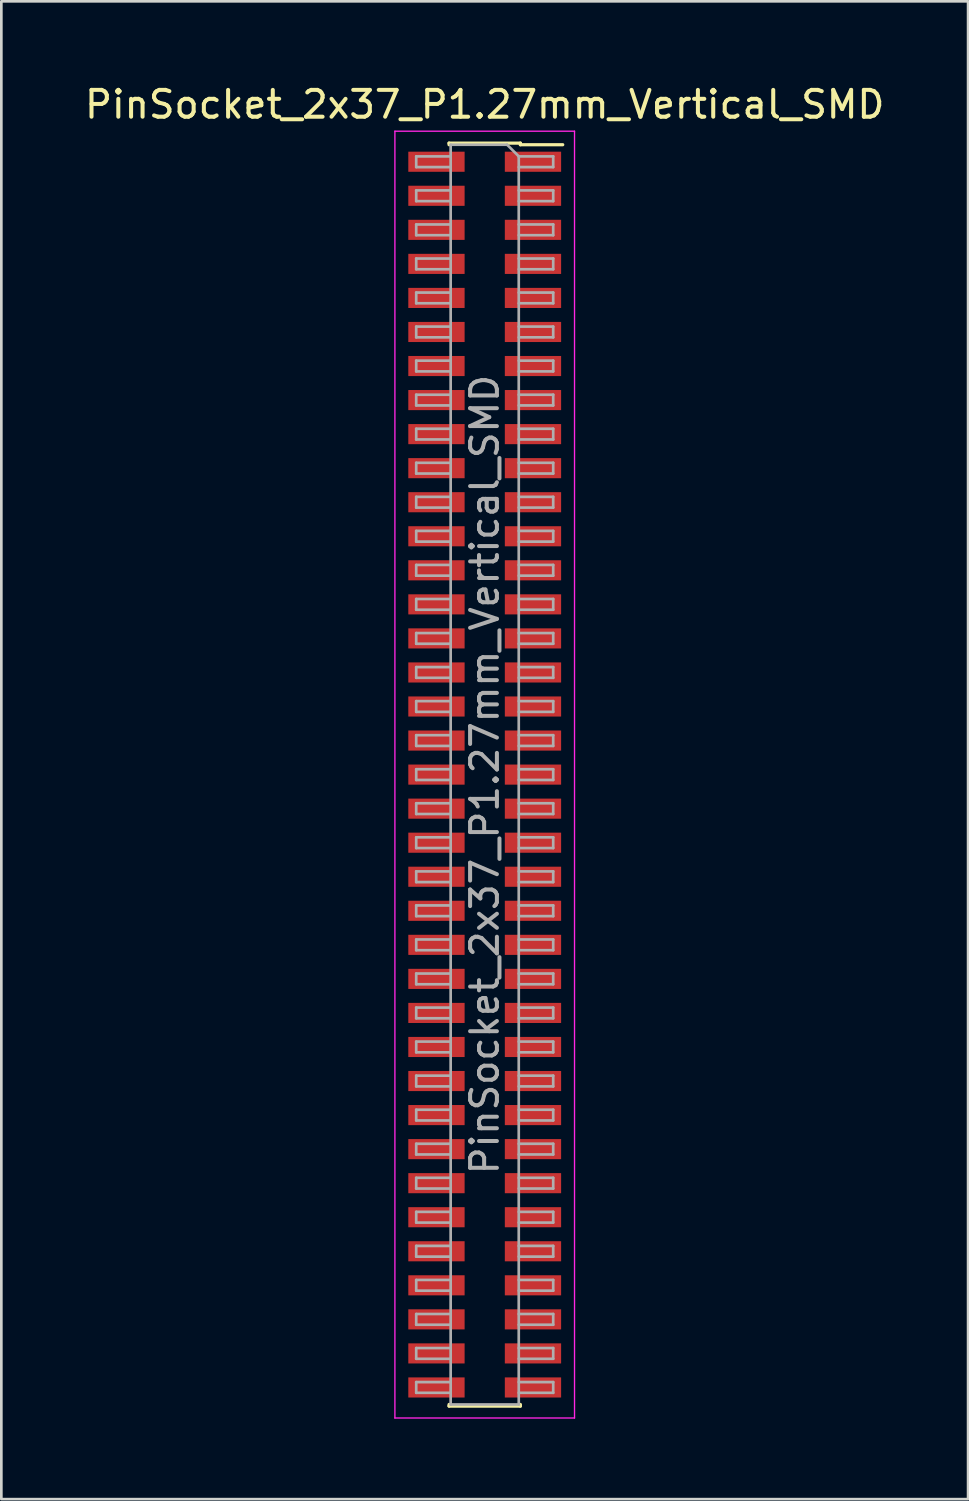
<source format=kicad_pcb>
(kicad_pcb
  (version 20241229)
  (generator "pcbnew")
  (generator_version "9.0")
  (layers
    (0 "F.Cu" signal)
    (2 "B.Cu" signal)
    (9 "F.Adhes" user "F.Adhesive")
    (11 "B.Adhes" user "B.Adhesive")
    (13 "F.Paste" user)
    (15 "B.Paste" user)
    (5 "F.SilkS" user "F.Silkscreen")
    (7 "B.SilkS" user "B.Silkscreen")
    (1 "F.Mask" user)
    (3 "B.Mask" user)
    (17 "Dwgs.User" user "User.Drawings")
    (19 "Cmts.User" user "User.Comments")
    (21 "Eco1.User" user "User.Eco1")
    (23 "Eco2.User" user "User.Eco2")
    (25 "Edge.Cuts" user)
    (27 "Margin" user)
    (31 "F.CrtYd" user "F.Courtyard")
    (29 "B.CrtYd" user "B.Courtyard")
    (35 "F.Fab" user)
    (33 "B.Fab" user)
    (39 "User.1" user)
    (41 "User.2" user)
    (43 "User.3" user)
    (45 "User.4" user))
  (footprint "PinSocket_2x37_P1.27mm_Vertical_SMD"
    (layer "F.Cu")
    (at 15.03 25.843)
    (property "Reference" "PinSocket_2x37_P1.27mm_Vertical_SMD" (at 0 -24.995 0) (layer "F.SilkS") (effects (font (size 1 1) (thickness 0.15))))
    (attr smd)
    (fp_line (start -1.33 -23.555) (end 1.33 -23.555) (stroke (width 0.12) (type solid)) (layer "F.SilkS"))
    (fp_line (start -1.33 -23.495) (end -1.33 -23.555) (stroke (width 0.12) (type solid)) (layer "F.SilkS"))
    (fp_line (start -1.33 23.555) (end -1.33 23.495) (stroke (width 0.12) (type solid)) (layer "F.SilkS"))
    (fp_line (start 1.33 -23.555) (end 1.33 -23.495) (stroke (width 0.12) (type solid)) (layer "F.SilkS"))
    (fp_line (start 1.33 -23.495) (end 2.91 -23.495) (stroke (width 0.12) (type solid)) (layer "F.SilkS"))
    (fp_line (start 1.33 23.495) (end 1.33 23.555) (stroke (width 0.12) (type solid)) (layer "F.SilkS"))
    (fp_line (start 1.33 23.555) (end -1.33 23.555) (stroke (width 0.12) (type solid)) (layer "F.SilkS"))
    (fp_line (start -3.35 -24) (end 3.35 -24) (stroke (width 0.05) (type solid)) (layer "F.CrtYd"))
    (fp_line (start -3.35 24) (end -3.35 -24) (stroke (width 0.05) (type solid)) (layer "F.CrtYd"))
    (fp_line (start 3.35 -24) (end 3.35 24) (stroke (width 0.05) (type solid)) (layer "F.CrtYd"))
    (fp_line (start 3.35 24) (end -3.35 24) (stroke (width 0.05) (type solid)) (layer "F.CrtYd"))
    (fp_line (start -2.555 -23.06) (end -1.27 -23.06) (stroke (width 0.1) (type solid)) (layer "F.Fab"))
    (fp_line (start -2.555 -22.66) (end -2.555 -23.06) (stroke (width 0.1) (type solid)) (layer "F.Fab"))
    (fp_line (start -2.555 -21.79) (end -1.27 -21.79) (stroke (width 0.1) (type solid)) (layer "F.Fab"))
    (fp_line (start -2.555 -21.39) (end -2.555 -21.79) (stroke (width 0.1) (type solid)) (layer "F.Fab"))
    (fp_line (start -2.555 -20.52) (end -1.27 -20.52) (stroke (width 0.1) (type solid)) (layer "F.Fab"))
    (fp_line (start -2.555 -20.12) (end -2.555 -20.52) (stroke (width 0.1) (type solid)) (layer "F.Fab"))
    (fp_line (start -2.555 -19.25) (end -1.27 -19.25) (stroke (width 0.1) (type solid)) (layer "F.Fab"))
    (fp_line (start -2.555 -18.85) (end -2.555 -19.25) (stroke (width 0.1) (type solid)) (layer "F.Fab"))
    (fp_line (start -2.555 -17.98) (end -1.27 -17.98) (stroke (width 0.1) (type solid)) (layer "F.Fab"))
    (fp_line (start -2.555 -17.58) (end -2.555 -17.98) (stroke (width 0.1) (type solid)) (layer "F.Fab"))
    (fp_line (start -2.555 -16.71) (end -1.27 -16.71) (stroke (width 0.1) (type solid)) (layer "F.Fab"))
    (fp_line (start -2.555 -16.31) (end -2.555 -16.71) (stroke (width 0.1) (type solid)) (layer "F.Fab"))
    (fp_line (start -2.555 -15.44) (end -1.27 -15.44) (stroke (width 0.1) (type solid)) (layer "F.Fab"))
    (fp_line (start -2.555 -15.04) (end -2.555 -15.44) (stroke (width 0.1) (type solid)) (layer "F.Fab"))
    (fp_line (start -2.555 -14.17) (end -1.27 -14.17) (stroke (width 0.1) (type solid)) (layer "F.Fab"))
    (fp_line (start -2.555 -13.77) (end -2.555 -14.17) (stroke (width 0.1) (type solid)) (layer "F.Fab"))
    (fp_line (start -2.555 -12.9) (end -1.27 -12.9) (stroke (width 0.1) (type solid)) (layer "F.Fab"))
    (fp_line (start -2.555 -12.5) (end -2.555 -12.9) (stroke (width 0.1) (type solid)) (layer "F.Fab"))
    (fp_line (start -2.555 -11.63) (end -1.27 -11.63) (stroke (width 0.1) (type solid)) (layer "F.Fab"))
    (fp_line (start -2.555 -11.23) (end -2.555 -11.63) (stroke (width 0.1) (type solid)) (layer "F.Fab"))
    (fp_line (start -2.555 -10.36) (end -1.27 -10.36) (stroke (width 0.1) (type solid)) (layer "F.Fab"))
    (fp_line (start -2.555 -9.96) (end -2.555 -10.36) (stroke (width 0.1) (type solid)) (layer "F.Fab"))
    (fp_line (start -2.555 -9.09) (end -1.27 -9.09) (stroke (width 0.1) (type solid)) (layer "F.Fab"))
    (fp_line (start -2.555 -8.69) (end -2.555 -9.09) (stroke (width 0.1) (type solid)) (layer "F.Fab"))
    (fp_line (start -2.555 -7.82) (end -1.27 -7.82) (stroke (width 0.1) (type solid)) (layer "F.Fab"))
    (fp_line (start -2.555 -7.42) (end -2.555 -7.82) (stroke (width 0.1) (type solid)) (layer "F.Fab"))
    (fp_line (start -2.555 -6.55) (end -1.27 -6.55) (stroke (width 0.1) (type solid)) (layer "F.Fab"))
    (fp_line (start -2.555 -6.15) (end -2.555 -6.55) (stroke (width 0.1) (type solid)) (layer "F.Fab"))
    (fp_line (start -2.555 -5.28) (end -1.27 -5.28) (stroke (width 0.1) (type solid)) (layer "F.Fab"))
    (fp_line (start -2.555 -4.88) (end -2.555 -5.28) (stroke (width 0.1) (type solid)) (layer "F.Fab"))
    (fp_line (start -2.555 -4.01) (end -1.27 -4.01) (stroke (width 0.1) (type solid)) (layer "F.Fab"))
    (fp_line (start -2.555 -3.61) (end -2.555 -4.01) (stroke (width 0.1) (type solid)) (layer "F.Fab"))
    (fp_line (start -2.555 -2.74) (end -1.27 -2.74) (stroke (width 0.1) (type solid)) (layer "F.Fab"))
    (fp_line (start -2.555 -2.34) (end -2.555 -2.74) (stroke (width 0.1) (type solid)) (layer "F.Fab"))
    (fp_line (start -2.555 -1.47) (end -1.27 -1.47) (stroke (width 0.1) (type solid)) (layer "F.Fab"))
    (fp_line (start -2.555 -1.07) (end -2.555 -1.47) (stroke (width 0.1) (type solid)) (layer "F.Fab"))
    (fp_line (start -2.555 -0.2) (end -1.27 -0.2) (stroke (width 0.1) (type solid)) (layer "F.Fab"))
    (fp_line (start -2.555 0.2) (end -2.555 -0.2) (stroke (width 0.1) (type solid)) (layer "F.Fab"))
    (fp_line (start -2.555 1.07) (end -1.27 1.07) (stroke (width 0.1) (type solid)) (layer "F.Fab"))
    (fp_line (start -2.555 1.47) (end -2.555 1.07) (stroke (width 0.1) (type solid)) (layer "F.Fab"))
    (fp_line (start -2.555 2.34) (end -1.27 2.34) (stroke (width 0.1) (type solid)) (layer "F.Fab"))
    (fp_line (start -2.555 2.74) (end -2.555 2.34) (stroke (width 0.1) (type solid)) (layer "F.Fab"))
    (fp_line (start -2.555 3.61) (end -1.27 3.61) (stroke (width 0.1) (type solid)) (layer "F.Fab"))
    (fp_line (start -2.555 4.01) (end -2.555 3.61) (stroke (width 0.1) (type solid)) (layer "F.Fab"))
    (fp_line (start -2.555 4.88) (end -1.27 4.88) (stroke (width 0.1) (type solid)) (layer "F.Fab"))
    (fp_line (start -2.555 5.28) (end -2.555 4.88) (stroke (width 0.1) (type solid)) (layer "F.Fab"))
    (fp_line (start -2.555 6.15) (end -1.27 6.15) (stroke (width 0.1) (type solid)) (layer "F.Fab"))
    (fp_line (start -2.555 6.55) (end -2.555 6.15) (stroke (width 0.1) (type solid)) (layer "F.Fab"))
    (fp_line (start -2.555 7.42) (end -1.27 7.42) (stroke (width 0.1) (type solid)) (layer "F.Fab"))
    (fp_line (start -2.555 7.82) (end -2.555 7.42) (stroke (width 0.1) (type solid)) (layer "F.Fab"))
    (fp_line (start -2.555 8.69) (end -1.27 8.69) (stroke (width 0.1) (type solid)) (layer "F.Fab"))
    (fp_line (start -2.555 9.09) (end -2.555 8.69) (stroke (width 0.1) (type solid)) (layer "F.Fab"))
    (fp_line (start -2.555 9.96) (end -1.27 9.96) (stroke (width 0.1) (type solid)) (layer "F.Fab"))
    (fp_line (start -2.555 10.36) (end -2.555 9.96) (stroke (width 0.1) (type solid)) (layer "F.Fab"))
    (fp_line (start -2.555 11.23) (end -1.27 11.23) (stroke (width 0.1) (type solid)) (layer "F.Fab"))
    (fp_line (start -2.555 11.63) (end -2.555 11.23) (stroke (width 0.1) (type solid)) (layer "F.Fab"))
    (fp_line (start -2.555 12.5) (end -1.27 12.5) (stroke (width 0.1) (type solid)) (layer "F.Fab"))
    (fp_line (start -2.555 12.9) (end -2.555 12.5) (stroke (width 0.1) (type solid)) (layer "F.Fab"))
    (fp_line (start -2.555 13.77) (end -1.27 13.77) (stroke (width 0.1) (type solid)) (layer "F.Fab"))
    (fp_line (start -2.555 14.17) (end -2.555 13.77) (stroke (width 0.1) (type solid)) (layer "F.Fab"))
    (fp_line (start -2.555 15.04) (end -1.27 15.04) (stroke (width 0.1) (type solid)) (layer "F.Fab"))
    (fp_line (start -2.555 15.44) (end -2.555 15.04) (stroke (width 0.1) (type solid)) (layer "F.Fab"))
    (fp_line (start -2.555 16.31) (end -1.27 16.31) (stroke (width 0.1) (type solid)) (layer "F.Fab"))
    (fp_line (start -2.555 16.71) (end -2.555 16.31) (stroke (width 0.1) (type solid)) (layer "F.Fab"))
    (fp_line (start -2.555 17.58) (end -1.27 17.58) (stroke (width 0.1) (type solid)) (layer "F.Fab"))
    (fp_line (start -2.555 17.98) (end -2.555 17.58) (stroke (width 0.1) (type solid)) (layer "F.Fab"))
    (fp_line (start -2.555 18.85) (end -1.27 18.85) (stroke (width 0.1) (type solid)) (layer "F.Fab"))
    (fp_line (start -2.555 19.25) (end -2.555 18.85) (stroke (width 0.1) (type solid)) (layer "F.Fab"))
    (fp_line (start -2.555 20.12) (end -1.27 20.12) (stroke (width 0.1) (type solid)) (layer "F.Fab"))
    (fp_line (start -2.555 20.52) (end -2.555 20.12) (stroke (width 0.1) (type solid)) (layer "F.Fab"))
    (fp_line (start -2.555 21.39) (end -1.27 21.39) (stroke (width 0.1) (type solid)) (layer "F.Fab"))
    (fp_line (start -2.555 21.79) (end -2.555 21.39) (stroke (width 0.1) (type solid)) (layer "F.Fab"))
    (fp_line (start -2.555 22.66) (end -1.27 22.66) (stroke (width 0.1) (type solid)) (layer "F.Fab"))
    (fp_line (start -2.555 23.06) (end -2.555 22.66) (stroke (width 0.1) (type solid)) (layer "F.Fab"))
    (fp_line (start -1.27 -23.495) (end 0.835 -23.495) (stroke (width 0.1) (type solid)) (layer "F.Fab"))
    (fp_line (start -1.27 -22.66) (end -2.555 -22.66) (stroke (width 0.1) (type solid)) (layer "F.Fab"))
    (fp_line (start -1.27 -21.39) (end -2.555 -21.39) (stroke (width 0.1) (type solid)) (layer "F.Fab"))
    (fp_line (start -1.27 -20.12) (end -2.555 -20.12) (stroke (width 0.1) (type solid)) (layer "F.Fab"))
    (fp_line (start -1.27 -18.85) (end -2.555 -18.85) (stroke (width 0.1) (type solid)) (layer "F.Fab"))
    (fp_line (start -1.27 -17.58) (end -2.555 -17.58) (stroke (width 0.1) (type solid)) (layer "F.Fab"))
    (fp_line (start -1.27 -16.31) (end -2.555 -16.31) (stroke (width 0.1) (type solid)) (layer "F.Fab"))
    (fp_line (start -1.27 -15.04) (end -2.555 -15.04) (stroke (width 0.1) (type solid)) (layer "F.Fab"))
    (fp_line (start -1.27 -13.77) (end -2.555 -13.77) (stroke (width 0.1) (type solid)) (layer "F.Fab"))
    (fp_line (start -1.27 -12.5) (end -2.555 -12.5) (stroke (width 0.1) (type solid)) (layer "F.Fab"))
    (fp_line (start -1.27 -11.23) (end -2.555 -11.23) (stroke (width 0.1) (type solid)) (layer "F.Fab"))
    (fp_line (start -1.27 -9.96) (end -2.555 -9.96) (stroke (width 0.1) (type solid)) (layer "F.Fab"))
    (fp_line (start -1.27 -8.69) (end -2.555 -8.69) (stroke (width 0.1) (type solid)) (layer "F.Fab"))
    (fp_line (start -1.27 -7.42) (end -2.555 -7.42) (stroke (width 0.1) (type solid)) (layer "F.Fab"))
    (fp_line (start -1.27 -6.15) (end -2.555 -6.15) (stroke (width 0.1) (type solid)) (layer "F.Fab"))
    (fp_line (start -1.27 -4.88) (end -2.555 -4.88) (stroke (width 0.1) (type solid)) (layer "F.Fab"))
    (fp_line (start -1.27 -3.61) (end -2.555 -3.61) (stroke (width 0.1) (type solid)) (layer "F.Fab"))
    (fp_line (start -1.27 -2.34) (end -2.555 -2.34) (stroke (width 0.1) (type solid)) (layer "F.Fab"))
    (fp_line (start -1.27 -1.07) (end -2.555 -1.07) (stroke (width 0.1) (type solid)) (layer "F.Fab"))
    (fp_line (start -1.27 0.2) (end -2.555 0.2) (stroke (width 0.1) (type solid)) (layer "F.Fab"))
    (fp_line (start -1.27 1.47) (end -2.555 1.47) (stroke (width 0.1) (type solid)) (layer "F.Fab"))
    (fp_line (start -1.27 2.74) (end -2.555 2.74) (stroke (width 0.1) (type solid)) (layer "F.Fab"))
    (fp_line (start -1.27 4.01) (end -2.555 4.01) (stroke (width 0.1) (type solid)) (layer "F.Fab"))
    (fp_line (start -1.27 5.28) (end -2.555 5.28) (stroke (width 0.1) (type solid)) (layer "F.Fab"))
    (fp_line (start -1.27 6.55) (end -2.555 6.55) (stroke (width 0.1) (type solid)) (layer "F.Fab"))
    (fp_line (start -1.27 7.82) (end -2.555 7.82) (stroke (width 0.1) (type solid)) (layer "F.Fab"))
    (fp_line (start -1.27 9.09) (end -2.555 9.09) (stroke (width 0.1) (type solid)) (layer "F.Fab"))
    (fp_line (start -1.27 10.36) (end -2.555 10.36) (stroke (width 0.1) (type solid)) (layer "F.Fab"))
    (fp_line (start -1.27 11.63) (end -2.555 11.63) (stroke (width 0.1) (type solid)) (layer "F.Fab"))
    (fp_line (start -1.27 12.9) (end -2.555 12.9) (stroke (width 0.1) (type solid)) (layer "F.Fab"))
    (fp_line (start -1.27 14.17) (end -2.555 14.17) (stroke (width 0.1) (type solid)) (layer "F.Fab"))
    (fp_line (start -1.27 15.44) (end -2.555 15.44) (stroke (width 0.1) (type solid)) (layer "F.Fab"))
    (fp_line (start -1.27 16.71) (end -2.555 16.71) (stroke (width 0.1) (type solid)) (layer "F.Fab"))
    (fp_line (start -1.27 17.98) (end -2.555 17.98) (stroke (width 0.1) (type solid)) (layer "F.Fab"))
    (fp_line (start -1.27 19.25) (end -2.555 19.25) (stroke (width 0.1) (type solid)) (layer "F.Fab"))
    (fp_line (start -1.27 20.52) (end -2.555 20.52) (stroke (width 0.1) (type solid)) (layer "F.Fab"))
    (fp_line (start -1.27 21.79) (end -2.555 21.79) (stroke (width 0.1) (type solid)) (layer "F.Fab"))
    (fp_line (start -1.27 23.06) (end -2.555 23.06) (stroke (width 0.1) (type solid)) (layer "F.Fab"))
    (fp_line (start -1.27 23.495) (end -1.27 -23.495) (stroke (width 0.1) (type solid)) (layer "F.Fab"))
    (fp_line (start 0.835 -23.495) (end 1.27 -23.06) (stroke (width 0.1) (type solid)) (layer "F.Fab"))
    (fp_line (start 1.27 -23.06) (end 1.27 23.495) (stroke (width 0.1) (type solid)) (layer "F.Fab"))
    (fp_line (start 1.27 -23.06) (end 2.555 -23.06) (stroke (width 0.1) (type solid)) (layer "F.Fab"))
    (fp_line (start 1.27 -21.79) (end 2.555 -21.79) (stroke (width 0.1) (type solid)) (layer "F.Fab"))
    (fp_line (start 1.27 -20.52) (end 2.555 -20.52) (stroke (width 0.1) (type solid)) (layer "F.Fab"))
    (fp_line (start 1.27 -19.25) (end 2.555 -19.25) (stroke (width 0.1) (type solid)) (layer "F.Fab"))
    (fp_line (start 1.27 -17.98) (end 2.555 -17.98) (stroke (width 0.1) (type solid)) (layer "F.Fab"))
    (fp_line (start 1.27 -16.71) (end 2.555 -16.71) (stroke (width 0.1) (type solid)) (layer "F.Fab"))
    (fp_line (start 1.27 -15.44) (end 2.555 -15.44) (stroke (width 0.1) (type solid)) (layer "F.Fab"))
    (fp_line (start 1.27 -14.17) (end 2.555 -14.17) (stroke (width 0.1) (type solid)) (layer "F.Fab"))
    (fp_line (start 1.27 -12.9) (end 2.555 -12.9) (stroke (width 0.1) (type solid)) (layer "F.Fab"))
    (fp_line (start 1.27 -11.63) (end 2.555 -11.63) (stroke (width 0.1) (type solid)) (layer "F.Fab"))
    (fp_line (start 1.27 -10.36) (end 2.555 -10.36) (stroke (width 0.1) (type solid)) (layer "F.Fab"))
    (fp_line (start 1.27 -9.09) (end 2.555 -9.09) (stroke (width 0.1) (type solid)) (layer "F.Fab"))
    (fp_line (start 1.27 -7.82) (end 2.555 -7.82) (stroke (width 0.1) (type solid)) (layer "F.Fab"))
    (fp_line (start 1.27 -6.55) (end 2.555 -6.55) (stroke (width 0.1) (type solid)) (layer "F.Fab"))
    (fp_line (start 1.27 -5.28) (end 2.555 -5.28) (stroke (width 0.1) (type solid)) (layer "F.Fab"))
    (fp_line (start 1.27 -4.01) (end 2.555 -4.01) (stroke (width 0.1) (type solid)) (layer "F.Fab"))
    (fp_line (start 1.27 -2.74) (end 2.555 -2.74) (stroke (width 0.1) (type solid)) (layer "F.Fab"))
    (fp_line (start 1.27 -1.47) (end 2.555 -1.47) (stroke (width 0.1) (type solid)) (layer "F.Fab"))
    (fp_line (start 1.27 -0.2) (end 2.555 -0.2) (stroke (width 0.1) (type solid)) (layer "F.Fab"))
    (fp_line (start 1.27 1.07) (end 2.555 1.07) (stroke (width 0.1) (type solid)) (layer "F.Fab"))
    (fp_line (start 1.27 2.34) (end 2.555 2.34) (stroke (width 0.1) (type solid)) (layer "F.Fab"))
    (fp_line (start 1.27 3.61) (end 2.555 3.61) (stroke (width 0.1) (type solid)) (layer "F.Fab"))
    (fp_line (start 1.27 4.88) (end 2.555 4.88) (stroke (width 0.1) (type solid)) (layer "F.Fab"))
    (fp_line (start 1.27 6.15) (end 2.555 6.15) (stroke (width 0.1) (type solid)) (layer "F.Fab"))
    (fp_line (start 1.27 7.42) (end 2.555 7.42) (stroke (width 0.1) (type solid)) (layer "F.Fab"))
    (fp_line (start 1.27 8.69) (end 2.555 8.69) (stroke (width 0.1) (type solid)) (layer "F.Fab"))
    (fp_line (start 1.27 9.96) (end 2.555 9.96) (stroke (width 0.1) (type solid)) (layer "F.Fab"))
    (fp_line (start 1.27 11.23) (end 2.555 11.23) (stroke (width 0.1) (type solid)) (layer "F.Fab"))
    (fp_line (start 1.27 12.5) (end 2.555 12.5) (stroke (width 0.1) (type solid)) (layer "F.Fab"))
    (fp_line (start 1.27 13.77) (end 2.555 13.77) (stroke (width 0.1) (type solid)) (layer "F.Fab"))
    (fp_line (start 1.27 15.04) (end 2.555 15.04) (stroke (width 0.1) (type solid)) (layer "F.Fab"))
    (fp_line (start 1.27 16.31) (end 2.555 16.31) (stroke (width 0.1) (type solid)) (layer "F.Fab"))
    (fp_line (start 1.27 17.58) (end 2.555 17.58) (stroke (width 0.1) (type solid)) (layer "F.Fab"))
    (fp_line (start 1.27 18.85) (end 2.555 18.85) (stroke (width 0.1) (type solid)) (layer "F.Fab"))
    (fp_line (start 1.27 20.12) (end 2.555 20.12) (stroke (width 0.1) (type solid)) (layer "F.Fab"))
    (fp_line (start 1.27 21.39) (end 2.555 21.39) (stroke (width 0.1) (type solid)) (layer "F.Fab"))
    (fp_line (start 1.27 22.66) (end 2.555 22.66) (stroke (width 0.1) (type solid)) (layer "F.Fab"))
    (fp_line (start 1.27 23.495) (end -1.27 23.495) (stroke (width 0.1) (type solid)) (layer "F.Fab"))
    (fp_line (start 2.555 -23.06) (end 2.555 -22.66) (stroke (width 0.1) (type solid)) (layer "F.Fab"))
    (fp_line (start 2.555 -22.66) (end 1.27 -22.66) (stroke (width 0.1) (type solid)) (layer "F.Fab"))
    (fp_line (start 2.555 -21.79) (end 2.555 -21.39) (stroke (width 0.1) (type solid)) (layer "F.Fab"))
    (fp_line (start 2.555 -21.39) (end 1.27 -21.39) (stroke (width 0.1) (type solid)) (layer "F.Fab"))
    (fp_line (start 2.555 -20.52) (end 2.555 -20.12) (stroke (width 0.1) (type solid)) (layer "F.Fab"))
    (fp_line (start 2.555 -20.12) (end 1.27 -20.12) (stroke (width 0.1) (type solid)) (layer "F.Fab"))
    (fp_line (start 2.555 -19.25) (end 2.555 -18.85) (stroke (width 0.1) (type solid)) (layer "F.Fab"))
    (fp_line (start 2.555 -18.85) (end 1.27 -18.85) (stroke (width 0.1) (type solid)) (layer "F.Fab"))
    (fp_line (start 2.555 -17.98) (end 2.555 -17.58) (stroke (width 0.1) (type solid)) (layer "F.Fab"))
    (fp_line (start 2.555 -17.58) (end 1.27 -17.58) (stroke (width 0.1) (type solid)) (layer "F.Fab"))
    (fp_line (start 2.555 -16.71) (end 2.555 -16.31) (stroke (width 0.1) (type solid)) (layer "F.Fab"))
    (fp_line (start 2.555 -16.31) (end 1.27 -16.31) (stroke (width 0.1) (type solid)) (layer "F.Fab"))
    (fp_line (start 2.555 -15.44) (end 2.555 -15.04) (stroke (width 0.1) (type solid)) (layer "F.Fab"))
    (fp_line (start 2.555 -15.04) (end 1.27 -15.04) (stroke (width 0.1) (type solid)) (layer "F.Fab"))
    (fp_line (start 2.555 -14.17) (end 2.555 -13.77) (stroke (width 0.1) (type solid)) (layer "F.Fab"))
    (fp_line (start 2.555 -13.77) (end 1.27 -13.77) (stroke (width 0.1) (type solid)) (layer "F.Fab"))
    (fp_line (start 2.555 -12.9) (end 2.555 -12.5) (stroke (width 0.1) (type solid)) (layer "F.Fab"))
    (fp_line (start 2.555 -12.5) (end 1.27 -12.5) (stroke (width 0.1) (type solid)) (layer "F.Fab"))
    (fp_line (start 2.555 -11.63) (end 2.555 -11.23) (stroke (width 0.1) (type solid)) (layer "F.Fab"))
    (fp_line (start 2.555 -11.23) (end 1.27 -11.23) (stroke (width 0.1) (type solid)) (layer "F.Fab"))
    (fp_line (start 2.555 -10.36) (end 2.555 -9.96) (stroke (width 0.1) (type solid)) (layer "F.Fab"))
    (fp_line (start 2.555 -9.96) (end 1.27 -9.96) (stroke (width 0.1) (type solid)) (layer "F.Fab"))
    (fp_line (start 2.555 -9.09) (end 2.555 -8.69) (stroke (width 0.1) (type solid)) (layer "F.Fab"))
    (fp_line (start 2.555 -8.69) (end 1.27 -8.69) (stroke (width 0.1) (type solid)) (layer "F.Fab"))
    (fp_line (start 2.555 -7.82) (end 2.555 -7.42) (stroke (width 0.1) (type solid)) (layer "F.Fab"))
    (fp_line (start 2.555 -7.42) (end 1.27 -7.42) (stroke (width 0.1) (type solid)) (layer "F.Fab"))
    (fp_line (start 2.555 -6.55) (end 2.555 -6.15) (stroke (width 0.1) (type solid)) (layer "F.Fab"))
    (fp_line (start 2.555 -6.15) (end 1.27 -6.15) (stroke (width 0.1) (type solid)) (layer "F.Fab"))
    (fp_line (start 2.555 -5.28) (end 2.555 -4.88) (stroke (width 0.1) (type solid)) (layer "F.Fab"))
    (fp_line (start 2.555 -4.88) (end 1.27 -4.88) (stroke (width 0.1) (type solid)) (layer "F.Fab"))
    (fp_line (start 2.555 -4.01) (end 2.555 -3.61) (stroke (width 0.1) (type solid)) (layer "F.Fab"))
    (fp_line (start 2.555 -3.61) (end 1.27 -3.61) (stroke (width 0.1) (type solid)) (layer "F.Fab"))
    (fp_line (start 2.555 -2.74) (end 2.555 -2.34) (stroke (width 0.1) (type solid)) (layer "F.Fab"))
    (fp_line (start 2.555 -2.34) (end 1.27 -2.34) (stroke (width 0.1) (type solid)) (layer "F.Fab"))
    (fp_line (start 2.555 -1.47) (end 2.555 -1.07) (stroke (width 0.1) (type solid)) (layer "F.Fab"))
    (fp_line (start 2.555 -1.07) (end 1.27 -1.07) (stroke (width 0.1) (type solid)) (layer "F.Fab"))
    (fp_line (start 2.555 -0.2) (end 2.555 0.2) (stroke (width 0.1) (type solid)) (layer "F.Fab"))
    (fp_line (start 2.555 0.2) (end 1.27 0.2) (stroke (width 0.1) (type solid)) (layer "F.Fab"))
    (fp_line (start 2.555 1.07) (end 2.555 1.47) (stroke (width 0.1) (type solid)) (layer "F.Fab"))
    (fp_line (start 2.555 1.47) (end 1.27 1.47) (stroke (width 0.1) (type solid)) (layer "F.Fab"))
    (fp_line (start 2.555 2.34) (end 2.555 2.74) (stroke (width 0.1) (type solid)) (layer "F.Fab"))
    (fp_line (start 2.555 2.74) (end 1.27 2.74) (stroke (width 0.1) (type solid)) (layer "F.Fab"))
    (fp_line (start 2.555 3.61) (end 2.555 4.01) (stroke (width 0.1) (type solid)) (layer "F.Fab"))
    (fp_line (start 2.555 4.01) (end 1.27 4.01) (stroke (width 0.1) (type solid)) (layer "F.Fab"))
    (fp_line (start 2.555 4.88) (end 2.555 5.28) (stroke (width 0.1) (type solid)) (layer "F.Fab"))
    (fp_line (start 2.555 5.28) (end 1.27 5.28) (stroke (width 0.1) (type solid)) (layer "F.Fab"))
    (fp_line (start 2.555 6.15) (end 2.555 6.55) (stroke (width 0.1) (type solid)) (layer "F.Fab"))
    (fp_line (start 2.555 6.55) (end 1.27 6.55) (stroke (width 0.1) (type solid)) (layer "F.Fab"))
    (fp_line (start 2.555 7.42) (end 2.555 7.82) (stroke (width 0.1) (type solid)) (layer "F.Fab"))
    (fp_line (start 2.555 7.82) (end 1.27 7.82) (stroke (width 0.1) (type solid)) (layer "F.Fab"))
    (fp_line (start 2.555 8.69) (end 2.555 9.09) (stroke (width 0.1) (type solid)) (layer "F.Fab"))
    (fp_line (start 2.555 9.09) (end 1.27 9.09) (stroke (width 0.1) (type solid)) (layer "F.Fab"))
    (fp_line (start 2.555 9.96) (end 2.555 10.36) (stroke (width 0.1) (type solid)) (layer "F.Fab"))
    (fp_line (start 2.555 10.36) (end 1.27 10.36) (stroke (width 0.1) (type solid)) (layer "F.Fab"))
    (fp_line (start 2.555 11.23) (end 2.555 11.63) (stroke (width 0.1) (type solid)) (layer "F.Fab"))
    (fp_line (start 2.555 11.63) (end 1.27 11.63) (stroke (width 0.1) (type solid)) (layer "F.Fab"))
    (fp_line (start 2.555 12.5) (end 2.555 12.9) (stroke (width 0.1) (type solid)) (layer "F.Fab"))
    (fp_line (start 2.555 12.9) (end 1.27 12.9) (stroke (width 0.1) (type solid)) (layer "F.Fab"))
    (fp_line (start 2.555 13.77) (end 2.555 14.17) (stroke (width 0.1) (type solid)) (layer "F.Fab"))
    (fp_line (start 2.555 14.17) (end 1.27 14.17) (stroke (width 0.1) (type solid)) (layer "F.Fab"))
    (fp_line (start 2.555 15.04) (end 2.555 15.44) (stroke (width 0.1) (type solid)) (layer "F.Fab"))
    (fp_line (start 2.555 15.44) (end 1.27 15.44) (stroke (width 0.1) (type solid)) (layer "F.Fab"))
    (fp_line (start 2.555 16.31) (end 2.555 16.71) (stroke (width 0.1) (type solid)) (layer "F.Fab"))
    (fp_line (start 2.555 16.71) (end 1.27 16.71) (stroke (width 0.1) (type solid)) (layer "F.Fab"))
    (fp_line (start 2.555 17.58) (end 2.555 17.98) (stroke (width 0.1) (type solid)) (layer "F.Fab"))
    (fp_line (start 2.555 17.98) (end 1.27 17.98) (stroke (width 0.1) (type solid)) (layer "F.Fab"))
    (fp_line (start 2.555 18.85) (end 2.555 19.25) (stroke (width 0.1) (type solid)) (layer "F.Fab"))
    (fp_line (start 2.555 19.25) (end 1.27 19.25) (stroke (width 0.1) (type solid)) (layer "F.Fab"))
    (fp_line (start 2.555 20.12) (end 2.555 20.52) (stroke (width 0.1) (type solid)) (layer "F.Fab"))
    (fp_line (start 2.555 20.52) (end 1.27 20.52) (stroke (width 0.1) (type solid)) (layer "F.Fab"))
    (fp_line (start 2.555 21.39) (end 2.555 21.79) (stroke (width 0.1) (type solid)) (layer "F.Fab"))
    (fp_line (start 2.555 21.79) (end 1.27 21.79) (stroke (width 0.1) (type solid)) (layer "F.Fab"))
    (fp_line (start 2.555 22.66) (end 2.555 23.06) (stroke (width 0.1) (type solid)) (layer "F.Fab"))
    (fp_line (start 2.555 23.06) (end 1.27 23.06) (stroke (width 0.1) (type solid)) (layer "F.Fab"))
    (fp_text user "${REFERENCE}" (at 0 0 90) (layer "F.Fab") (effects (font (size 1 1) (thickness 0.15))))
    (pad "1" smd rect (at 1.8 -22.86) (size 2.1 0.75) (layers "F.Cu" "F.Mask" "F.Paste"))
    (pad "2" smd rect (at -1.8 -22.86) (size 2.1 0.75) (layers "F.Cu" "F.Mask" "F.Paste"))
    (pad "3" smd rect (at 1.8 -21.59) (size 2.1 0.75) (layers "F.Cu" "F.Mask" "F.Paste"))
    (pad "4" smd rect (at -1.8 -21.59) (size 2.1 0.75) (layers "F.Cu" "F.Mask" "F.Paste"))
    (pad "5" smd rect (at 1.8 -20.32) (size 2.1 0.75) (layers "F.Cu" "F.Mask" "F.Paste"))
    (pad "6" smd rect (at -1.8 -20.32) (size 2.1 0.75) (layers "F.Cu" "F.Mask" "F.Paste"))
    (pad "7" smd rect (at 1.8 -19.05) (size 2.1 0.75) (layers "F.Cu" "F.Mask" "F.Paste"))
    (pad "8" smd rect (at -1.8 -19.05) (size 2.1 0.75) (layers "F.Cu" "F.Mask" "F.Paste"))
    (pad "9" smd rect (at 1.8 -17.78) (size 2.1 0.75) (layers "F.Cu" "F.Mask" "F.Paste"))
    (pad "10" smd rect (at -1.8 -17.78) (size 2.1 0.75) (layers "F.Cu" "F.Mask" "F.Paste"))
    (pad "11" smd rect (at 1.8 -16.51) (size 2.1 0.75) (layers "F.Cu" "F.Mask" "F.Paste"))
    (pad "12" smd rect (at -1.8 -16.51) (size 2.1 0.75) (layers "F.Cu" "F.Mask" "F.Paste"))
    (pad "13" smd rect (at 1.8 -15.24) (size 2.1 0.75) (layers "F.Cu" "F.Mask" "F.Paste"))
    (pad "14" smd rect (at -1.8 -15.24) (size 2.1 0.75) (layers "F.Cu" "F.Mask" "F.Paste"))
    (pad "15" smd rect (at 1.8 -13.97) (size 2.1 0.75) (layers "F.Cu" "F.Mask" "F.Paste"))
    (pad "16" smd rect (at -1.8 -13.97) (size 2.1 0.75) (layers "F.Cu" "F.Mask" "F.Paste"))
    (pad "17" smd rect (at 1.8 -12.7) (size 2.1 0.75) (layers "F.Cu" "F.Mask" "F.Paste"))
    (pad "18" smd rect (at -1.8 -12.7) (size 2.1 0.75) (layers "F.Cu" "F.Mask" "F.Paste"))
    (pad "19" smd rect (at 1.8 -11.43) (size 2.1 0.75) (layers "F.Cu" "F.Mask" "F.Paste"))
    (pad "20" smd rect (at -1.8 -11.43) (size 2.1 0.75) (layers "F.Cu" "F.Mask" "F.Paste"))
    (pad "21" smd rect (at 1.8 -10.16) (size 2.1 0.75) (layers "F.Cu" "F.Mask" "F.Paste"))
    (pad "22" smd rect (at -1.8 -10.16) (size 2.1 0.75) (layers "F.Cu" "F.Mask" "F.Paste"))
    (pad "23" smd rect (at 1.8 -8.89) (size 2.1 0.75) (layers "F.Cu" "F.Mask" "F.Paste"))
    (pad "24" smd rect (at -1.8 -8.89) (size 2.1 0.75) (layers "F.Cu" "F.Mask" "F.Paste"))
    (pad "25" smd rect (at 1.8 -7.62) (size 2.1 0.75) (layers "F.Cu" "F.Mask" "F.Paste"))
    (pad "26" smd rect (at -1.8 -7.62) (size 2.1 0.75) (layers "F.Cu" "F.Mask" "F.Paste"))
    (pad "27" smd rect (at 1.8 -6.35) (size 2.1 0.75) (layers "F.Cu" "F.Mask" "F.Paste"))
    (pad "28" smd rect (at -1.8 -6.35) (size 2.1 0.75) (layers "F.Cu" "F.Mask" "F.Paste"))
    (pad "29" smd rect (at 1.8 -5.08) (size 2.1 0.75) (layers "F.Cu" "F.Mask" "F.Paste"))
    (pad "30" smd rect (at -1.8 -5.08) (size 2.1 0.75) (layers "F.Cu" "F.Mask" "F.Paste"))
    (pad "31" smd rect (at 1.8 -3.81) (size 2.1 0.75) (layers "F.Cu" "F.Mask" "F.Paste"))
    (pad "32" smd rect (at -1.8 -3.81) (size 2.1 0.75) (layers "F.Cu" "F.Mask" "F.Paste"))
    (pad "33" smd rect (at 1.8 -2.54) (size 2.1 0.75) (layers "F.Cu" "F.Mask" "F.Paste"))
    (pad "34" smd rect (at -1.8 -2.54) (size 2.1 0.75) (layers "F.Cu" "F.Mask" "F.Paste"))
    (pad "35" smd rect (at 1.8 -1.27) (size 2.1 0.75) (layers "F.Cu" "F.Mask" "F.Paste"))
    (pad "36" smd rect (at -1.8 -1.27) (size 2.1 0.75) (layers "F.Cu" "F.Mask" "F.Paste"))
    (pad "37" smd rect (at 1.8 0) (size 2.1 0.75) (layers "F.Cu" "F.Mask" "F.Paste"))
    (pad "38" smd rect (at -1.8 0) (size 2.1 0.75) (layers "F.Cu" "F.Mask" "F.Paste"))
    (pad "39" smd rect (at 1.8 1.27) (size 2.1 0.75) (layers "F.Cu" "F.Mask" "F.Paste"))
    (pad "40" smd rect (at -1.8 1.27) (size 2.1 0.75) (layers "F.Cu" "F.Mask" "F.Paste"))
    (pad "41" smd rect (at 1.8 2.54) (size 2.1 0.75) (layers "F.Cu" "F.Mask" "F.Paste"))
    (pad "42" smd rect (at -1.8 2.54) (size 2.1 0.75) (layers "F.Cu" "F.Mask" "F.Paste"))
    (pad "43" smd rect (at 1.8 3.81) (size 2.1 0.75) (layers "F.Cu" "F.Mask" "F.Paste"))
    (pad "44" smd rect (at -1.8 3.81) (size 2.1 0.75) (layers "F.Cu" "F.Mask" "F.Paste"))
    (pad "45" smd rect (at 1.8 5.08) (size 2.1 0.75) (layers "F.Cu" "F.Mask" "F.Paste"))
    (pad "46" smd rect (at -1.8 5.08) (size 2.1 0.75) (layers "F.Cu" "F.Mask" "F.Paste"))
    (pad "47" smd rect (at 1.8 6.35) (size 2.1 0.75) (layers "F.Cu" "F.Mask" "F.Paste"))
    (pad "48" smd rect (at -1.8 6.35) (size 2.1 0.75) (layers "F.Cu" "F.Mask" "F.Paste"))
    (pad "49" smd rect (at 1.8 7.62) (size 2.1 0.75) (layers "F.Cu" "F.Mask" "F.Paste"))
    (pad "50" smd rect (at -1.8 7.62) (size 2.1 0.75) (layers "F.Cu" "F.Mask" "F.Paste"))
    (pad "51" smd rect (at 1.8 8.89) (size 2.1 0.75) (layers "F.Cu" "F.Mask" "F.Paste"))
    (pad "52" smd rect (at -1.8 8.89) (size 2.1 0.75) (layers "F.Cu" "F.Mask" "F.Paste"))
    (pad "53" smd rect (at 1.8 10.16) (size 2.1 0.75) (layers "F.Cu" "F.Mask" "F.Paste"))
    (pad "54" smd rect (at -1.8 10.16) (size 2.1 0.75) (layers "F.Cu" "F.Mask" "F.Paste"))
    (pad "55" smd rect (at 1.8 11.43) (size 2.1 0.75) (layers "F.Cu" "F.Mask" "F.Paste"))
    (pad "56" smd rect (at -1.8 11.43) (size 2.1 0.75) (layers "F.Cu" "F.Mask" "F.Paste"))
    (pad "57" smd rect (at 1.8 12.7) (size 2.1 0.75) (layers "F.Cu" "F.Mask" "F.Paste"))
    (pad "58" smd rect (at -1.8 12.7) (size 2.1 0.75) (layers "F.Cu" "F.Mask" "F.Paste"))
    (pad "59" smd rect (at 1.8 13.97) (size 2.1 0.75) (layers "F.Cu" "F.Mask" "F.Paste"))
    (pad "60" smd rect (at -1.8 13.97) (size 2.1 0.75) (layers "F.Cu" "F.Mask" "F.Paste"))
    (pad "61" smd rect (at 1.8 15.24) (size 2.1 0.75) (layers "F.Cu" "F.Mask" "F.Paste"))
    (pad "62" smd rect (at -1.8 15.24) (size 2.1 0.75) (layers "F.Cu" "F.Mask" "F.Paste"))
    (pad "63" smd rect (at 1.8 16.51) (size 2.1 0.75) (layers "F.Cu" "F.Mask" "F.Paste"))
    (pad "64" smd rect (at -1.8 16.51) (size 2.1 0.75) (layers "F.Cu" "F.Mask" "F.Paste"))
    (pad "65" smd rect (at 1.8 17.78) (size 2.1 0.75) (layers "F.Cu" "F.Mask" "F.Paste"))
    (pad "66" smd rect (at -1.8 17.78) (size 2.1 0.75) (layers "F.Cu" "F.Mask" "F.Paste"))
    (pad "67" smd rect (at 1.8 19.05) (size 2.1 0.75) (layers "F.Cu" "F.Mask" "F.Paste"))
    (pad "68" smd rect (at -1.8 19.05) (size 2.1 0.75) (layers "F.Cu" "F.Mask" "F.Paste"))
    (pad "69" smd rect (at 1.8 20.32) (size 2.1 0.75) (layers "F.Cu" "F.Mask" "F.Paste"))
    (pad "70" smd rect (at -1.8 20.32) (size 2.1 0.75) (layers "F.Cu" "F.Mask" "F.Paste"))
    (pad "71" smd rect (at 1.8 21.59) (size 2.1 0.75) (layers "F.Cu" "F.Mask" "F.Paste"))
    (pad "72" smd rect (at -1.8 21.59) (size 2.1 0.75) (layers "F.Cu" "F.Mask" "F.Paste"))
    (pad "73" smd rect (at 1.8 22.86) (size 2.1 0.75) (layers "F.Cu" "F.Mask" "F.Paste"))
    (pad "74" smd rect (at -1.8 22.86) (size 2.1 0.75) (layers "F.Cu" "F.Mask" "F.Paste")))
  (gr_rect
    (start -3 -3)
    (end 33.06 52.868)
    (stroke (width 0.1) (type default))
    (fill no)
    (layer "Edge.Cuts")))
</source>
